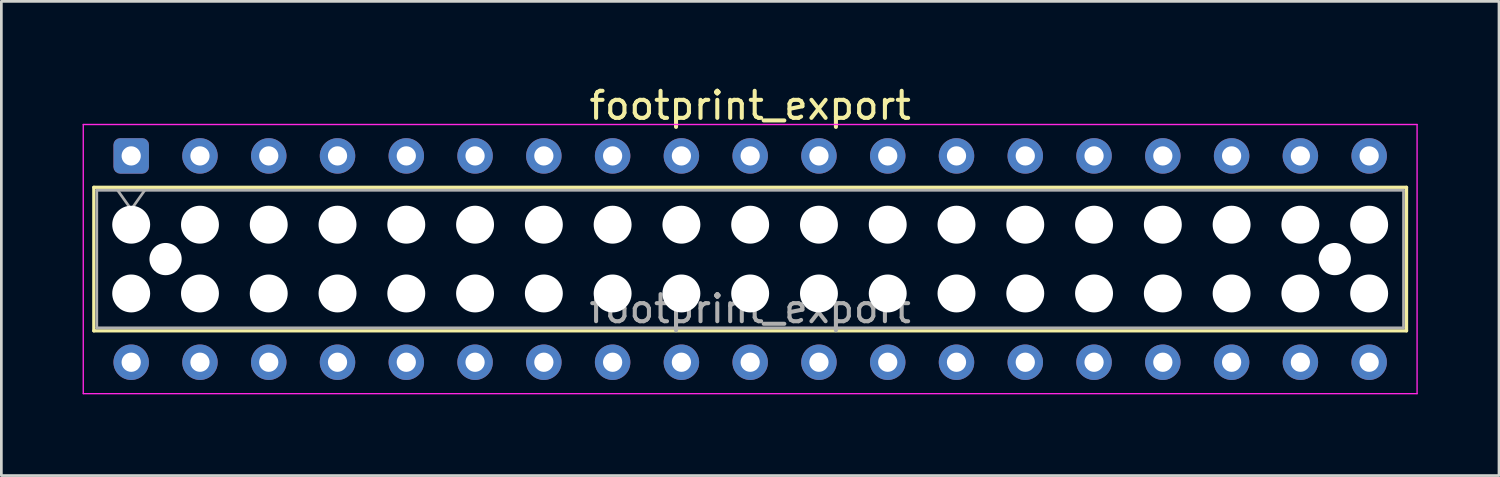
<source format=kicad_pcb>
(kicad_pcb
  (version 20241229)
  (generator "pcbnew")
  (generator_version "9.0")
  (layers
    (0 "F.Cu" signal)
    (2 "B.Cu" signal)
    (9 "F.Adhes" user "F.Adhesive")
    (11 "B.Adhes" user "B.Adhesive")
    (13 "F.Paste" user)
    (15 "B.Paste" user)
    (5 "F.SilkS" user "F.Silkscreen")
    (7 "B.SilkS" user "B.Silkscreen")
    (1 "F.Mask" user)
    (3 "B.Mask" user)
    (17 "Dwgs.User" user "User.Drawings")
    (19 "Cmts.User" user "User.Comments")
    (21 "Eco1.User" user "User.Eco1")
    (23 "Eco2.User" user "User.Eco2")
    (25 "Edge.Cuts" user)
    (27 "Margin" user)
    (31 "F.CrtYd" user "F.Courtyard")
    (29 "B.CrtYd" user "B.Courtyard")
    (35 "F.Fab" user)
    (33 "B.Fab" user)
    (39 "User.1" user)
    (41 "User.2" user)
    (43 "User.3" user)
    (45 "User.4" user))
  (footprint "footprint_export"
    (layer "F.Cu")
    (at 1.795 2.708)
    (property "Reference" "footprint_export" (at 22.86 -1.86 0) (layer "F.SilkS") (effects (font (size 1 1) (thickness 0.15))))
    (attr through_hole)
    (fp_line (start -1.38 1.16) (end 47.1 1.16) (stroke (width 0.12) (type solid)) (layer "F.SilkS"))
    (fp_line (start -1.38 6.46) (end -1.38 1.16) (stroke (width 0.12) (type solid)) (layer "F.SilkS"))
    (fp_line (start 47.1 1.16) (end 47.1 6.46) (stroke (width 0.12) (type solid)) (layer "F.SilkS"))
    (fp_line (start 47.1 6.46) (end -1.38 6.46) (stroke (width 0.12) (type solid)) (layer "F.SilkS"))
    (fp_line (start -1.77 -1.16) (end 47.49 -1.16) (stroke (width 0.05) (type solid)) (layer "F.CrtYd"))
    (fp_line (start -1.77 8.78) (end -1.77 -1.16) (stroke (width 0.05) (type solid)) (layer "F.CrtYd"))
    (fp_line (start 47.49 -1.16) (end 47.49 8.78) (stroke (width 0.05) (type solid)) (layer "F.CrtYd"))
    (fp_line (start 47.49 8.78) (end -1.77 8.78) (stroke (width 0.05) (type solid)) (layer "F.CrtYd"))
    (fp_line (start -1.27 1.27) (end 46.99 1.27) (stroke (width 0.1) (type solid)) (layer "F.Fab"))
    (fp_line (start -1.27 6.35) (end -1.27 1.27) (stroke (width 0.1) (type solid)) (layer "F.Fab"))
    (fp_line (start -0.5 1.27) (end 0 1.977) (stroke (width 0.1) (type solid)) (layer "F.Fab"))
    (fp_line (start 0 1.977) (end 0.5 1.27) (stroke (width 0.1) (type solid)) (layer "F.Fab"))
    (fp_line (start 46.99 1.27) (end 46.99 6.35) (stroke (width 0.1) (type solid)) (layer "F.Fab"))
    (fp_line (start 46.99 6.35) (end -1.27 6.35) (stroke (width 0.1) (type solid)) (layer "F.Fab"))
    (fp_text user "${REFERENCE}" (at 22.86 5.65 0) (layer "F.Fab") (effects (font (size 1 1) (thickness 0.15))))
    (pad "" np_thru_hole circle (at 0 2.54) (size 1.4 1.4) (drill 1.4) (layers "*.Cu" "*.Mask"))
    (pad "" np_thru_hole circle (at 0 5.08) (size 1.4 1.4) (drill 1.4) (layers "*.Cu" "*.Mask"))
    (pad "" np_thru_hole circle (at 1.27 3.81) (size 1.19 1.19) (drill 1.19) (layers "*.Cu" "*.Mask"))
    (pad "" np_thru_hole circle (at 2.54 2.54) (size 1.4 1.4) (drill 1.4) (layers "*.Cu" "*.Mask"))
    (pad "" np_thru_hole circle (at 2.54 5.08) (size 1.4 1.4) (drill 1.4) (layers "*.Cu" "*.Mask"))
    (pad "" np_thru_hole circle (at 5.08 2.54) (size 1.4 1.4) (drill 1.4) (layers "*.Cu" "*.Mask"))
    (pad "" np_thru_hole circle (at 5.08 5.08) (size 1.4 1.4) (drill 1.4) (layers "*.Cu" "*.Mask"))
    (pad "" np_thru_hole circle (at 7.62 2.54) (size 1.4 1.4) (drill 1.4) (layers "*.Cu" "*.Mask"))
    (pad "" np_thru_hole circle (at 7.62 5.08) (size 1.4 1.4) (drill 1.4) (layers "*.Cu" "*.Mask"))
    (pad "" np_thru_hole circle (at 10.16 2.54) (size 1.4 1.4) (drill 1.4) (layers "*.Cu" "*.Mask"))
    (pad "" np_thru_hole circle (at 10.16 5.08) (size 1.4 1.4) (drill 1.4) (layers "*.Cu" "*.Mask"))
    (pad "" np_thru_hole circle (at 12.7 2.54) (size 1.4 1.4) (drill 1.4) (layers "*.Cu" "*.Mask"))
    (pad "" np_thru_hole circle (at 12.7 5.08) (size 1.4 1.4) (drill 1.4) (layers "*.Cu" "*.Mask"))
    (pad "" np_thru_hole circle (at 15.24 2.54) (size 1.4 1.4) (drill 1.4) (layers "*.Cu" "*.Mask"))
    (pad "" np_thru_hole circle (at 15.24 5.08) (size 1.4 1.4) (drill 1.4) (layers "*.Cu" "*.Mask"))
    (pad "" np_thru_hole circle (at 17.78 2.54) (size 1.4 1.4) (drill 1.4) (layers "*.Cu" "*.Mask"))
    (pad "" np_thru_hole circle (at 17.78 5.08) (size 1.4 1.4) (drill 1.4) (layers "*.Cu" "*.Mask"))
    (pad "" np_thru_hole circle (at 20.32 2.54) (size 1.4 1.4) (drill 1.4) (layers "*.Cu" "*.Mask"))
    (pad "" np_thru_hole circle (at 20.32 5.08) (size 1.4 1.4) (drill 1.4) (layers "*.Cu" "*.Mask"))
    (pad "" np_thru_hole circle (at 22.86 2.54) (size 1.4 1.4) (drill 1.4) (layers "*.Cu" "*.Mask"))
    (pad "" np_thru_hole circle (at 22.86 5.08) (size 1.4 1.4) (drill 1.4) (layers "*.Cu" "*.Mask"))
    (pad "" np_thru_hole circle (at 25.4 2.54) (size 1.4 1.4) (drill 1.4) (layers "*.Cu" "*.Mask"))
    (pad "" np_thru_hole circle (at 25.4 5.08) (size 1.4 1.4) (drill 1.4) (layers "*.Cu" "*.Mask"))
    (pad "" np_thru_hole circle (at 27.94 2.54) (size 1.4 1.4) (drill 1.4) (layers "*.Cu" "*.Mask"))
    (pad "" np_thru_hole circle (at 27.94 5.08) (size 1.4 1.4) (drill 1.4) (layers "*.Cu" "*.Mask"))
    (pad "" np_thru_hole circle (at 30.48 2.54) (size 1.4 1.4) (drill 1.4) (layers "*.Cu" "*.Mask"))
    (pad "" np_thru_hole circle (at 30.48 5.08) (size 1.4 1.4) (drill 1.4) (layers "*.Cu" "*.Mask"))
    (pad "" np_thru_hole circle (at 33.02 2.54) (size 1.4 1.4) (drill 1.4) (layers "*.Cu" "*.Mask"))
    (pad "" np_thru_hole circle (at 33.02 5.08) (size 1.4 1.4) (drill 1.4) (layers "*.Cu" "*.Mask"))
    (pad "" np_thru_hole circle (at 35.56 2.54) (size 1.4 1.4) (drill 1.4) (layers "*.Cu" "*.Mask"))
    (pad "" np_thru_hole circle (at 35.56 5.08) (size 1.4 1.4) (drill 1.4) (layers "*.Cu" "*.Mask"))
    (pad "" np_thru_hole circle (at 38.1 2.54) (size 1.4 1.4) (drill 1.4) (layers "*.Cu" "*.Mask"))
    (pad "" np_thru_hole circle (at 38.1 5.08) (size 1.4 1.4) (drill 1.4) (layers "*.Cu" "*.Mask"))
    (pad "" np_thru_hole circle (at 40.64 2.54) (size 1.4 1.4) (drill 1.4) (layers "*.Cu" "*.Mask"))
    (pad "" np_thru_hole circle (at 40.64 5.08) (size 1.4 1.4) (drill 1.4) (layers "*.Cu" "*.Mask"))
    (pad "" np_thru_hole circle (at 43.18 2.54) (size 1.4 1.4) (drill 1.4) (layers "*.Cu" "*.Mask"))
    (pad "" np_thru_hole circle (at 43.18 5.08) (size 1.4 1.4) (drill 1.4) (layers "*.Cu" "*.Mask"))
    (pad "" np_thru_hole circle (at 44.45 3.81) (size 1.19 1.19) (drill 1.19) (layers "*.Cu" "*.Mask"))
    (pad "" np_thru_hole circle (at 45.72 2.54) (size 1.4 1.4) (drill 1.4) (layers "*.Cu" "*.Mask"))
    (pad "" np_thru_hole circle (at 45.72 5.08) (size 1.4 1.4) (drill 1.4) (layers "*.Cu" "*.Mask"))
    (pad "1" thru_hole roundrect (at 0 0) (size 1.31 1.31) (drill 0.71) (layers "*.Cu" "*.Mask") (roundrect_rratio 0.191))
    (pad "2" thru_hole circle (at 0 7.62) (size 1.31 1.31) (drill 0.71) (layers "*.Cu" "*.Mask"))
    (pad "3" thru_hole circle (at 2.54 0) (size 1.31 1.31) (drill 0.71) (layers "*.Cu" "*.Mask"))
    (pad "4" thru_hole circle (at 2.54 7.62) (size 1.31 1.31) (drill 0.71) (layers "*.Cu" "*.Mask"))
    (pad "5" thru_hole circle (at 5.08 0) (size 1.31 1.31) (drill 0.71) (layers "*.Cu" "*.Mask"))
    (pad "6" thru_hole circle (at 5.08 7.62) (size 1.31 1.31) (drill 0.71) (layers "*.Cu" "*.Mask"))
    (pad "7" thru_hole circle (at 7.62 0) (size 1.31 1.31) (drill 0.71) (layers "*.Cu" "*.Mask"))
    (pad "8" thru_hole circle (at 7.62 7.62) (size 1.31 1.31) (drill 0.71) (layers "*.Cu" "*.Mask"))
    (pad "9" thru_hole circle (at 10.16 0) (size 1.31 1.31) (drill 0.71) (layers "*.Cu" "*.Mask"))
    (pad "10" thru_hole circle (at 10.16 7.62) (size 1.31 1.31) (drill 0.71) (layers "*.Cu" "*.Mask"))
    (pad "11" thru_hole circle (at 12.7 0) (size 1.31 1.31) (drill 0.71) (layers "*.Cu" "*.Mask"))
    (pad "12" thru_hole circle (at 12.7 7.62) (size 1.31 1.31) (drill 0.71) (layers "*.Cu" "*.Mask"))
    (pad "13" thru_hole circle (at 15.24 0) (size 1.31 1.31) (drill 0.71) (layers "*.Cu" "*.Mask"))
    (pad "14" thru_hole circle (at 15.24 7.62) (size 1.31 1.31) (drill 0.71) (layers "*.Cu" "*.Mask"))
    (pad "15" thru_hole circle (at 17.78 0) (size 1.31 1.31) (drill 0.71) (layers "*.Cu" "*.Mask"))
    (pad "16" thru_hole circle (at 17.78 7.62) (size 1.31 1.31) (drill 0.71) (layers "*.Cu" "*.Mask"))
    (pad "17" thru_hole circle (at 20.32 0) (size 1.31 1.31) (drill 0.71) (layers "*.Cu" "*.Mask"))
    (pad "18" thru_hole circle (at 20.32 7.62) (size 1.31 1.31) (drill 0.71) (layers "*.Cu" "*.Mask"))
    (pad "19" thru_hole circle (at 22.86 0) (size 1.31 1.31) (drill 0.71) (layers "*.Cu" "*.Mask"))
    (pad "20" thru_hole circle (at 22.86 7.62) (size 1.31 1.31) (drill 0.71) (layers "*.Cu" "*.Mask"))
    (pad "21" thru_hole circle (at 25.4 0) (size 1.31 1.31) (drill 0.71) (layers "*.Cu" "*.Mask"))
    (pad "22" thru_hole circle (at 25.4 7.62) (size 1.31 1.31) (drill 0.71) (layers "*.Cu" "*.Mask"))
    (pad "23" thru_hole circle (at 27.94 0) (size 1.31 1.31) (drill 0.71) (layers "*.Cu" "*.Mask"))
    (pad "24" thru_hole circle (at 27.94 7.62) (size 1.31 1.31) (drill 0.71) (layers "*.Cu" "*.Mask"))
    (pad "25" thru_hole circle (at 30.48 0) (size 1.31 1.31) (drill 0.71) (layers "*.Cu" "*.Mask"))
    (pad "26" thru_hole circle (at 30.48 7.62) (size 1.31 1.31) (drill 0.71) (layers "*.Cu" "*.Mask"))
    (pad "27" thru_hole circle (at 33.02 0) (size 1.31 1.31) (drill 0.71) (layers "*.Cu" "*.Mask"))
    (pad "28" thru_hole circle (at 33.02 7.62) (size 1.31 1.31) (drill 0.71) (layers "*.Cu" "*.Mask"))
    (pad "29" thru_hole circle (at 35.56 0) (size 1.31 1.31) (drill 0.71) (layers "*.Cu" "*.Mask"))
    (pad "30" thru_hole circle (at 35.56 7.62) (size 1.31 1.31) (drill 0.71) (layers "*.Cu" "*.Mask"))
    (pad "31" thru_hole circle (at 38.1 0) (size 1.31 1.31) (drill 0.71) (layers "*.Cu" "*.Mask"))
    (pad "32" thru_hole circle (at 38.1 7.62) (size 1.31 1.31) (drill 0.71) (layers "*.Cu" "*.Mask"))
    (pad "33" thru_hole circle (at 40.64 0) (size 1.31 1.31) (drill 0.71) (layers "*.Cu" "*.Mask"))
    (pad "34" thru_hole circle (at 40.64 7.62) (size 1.31 1.31) (drill 0.71) (layers "*.Cu" "*.Mask"))
    (pad "35" thru_hole circle (at 43.18 0) (size 1.31 1.31) (drill 0.71) (layers "*.Cu" "*.Mask"))
    (pad "36" thru_hole circle (at 43.18 7.62) (size 1.31 1.31) (drill 0.71) (layers "*.Cu" "*.Mask"))
    (pad "37" thru_hole circle (at 45.72 0) (size 1.31 1.31) (drill 0.71) (layers "*.Cu" "*.Mask"))
    (pad "38" thru_hole circle (at 45.72 7.62) (size 1.31 1.31) (drill 0.71) (layers "*.Cu" "*.Mask")))
  (gr_rect
    (start -3 -3)
    (end 52.31 14.513)
    (stroke (width 0.1) (type default))
    (fill no)
    (layer "Edge.Cuts")))
</source>
